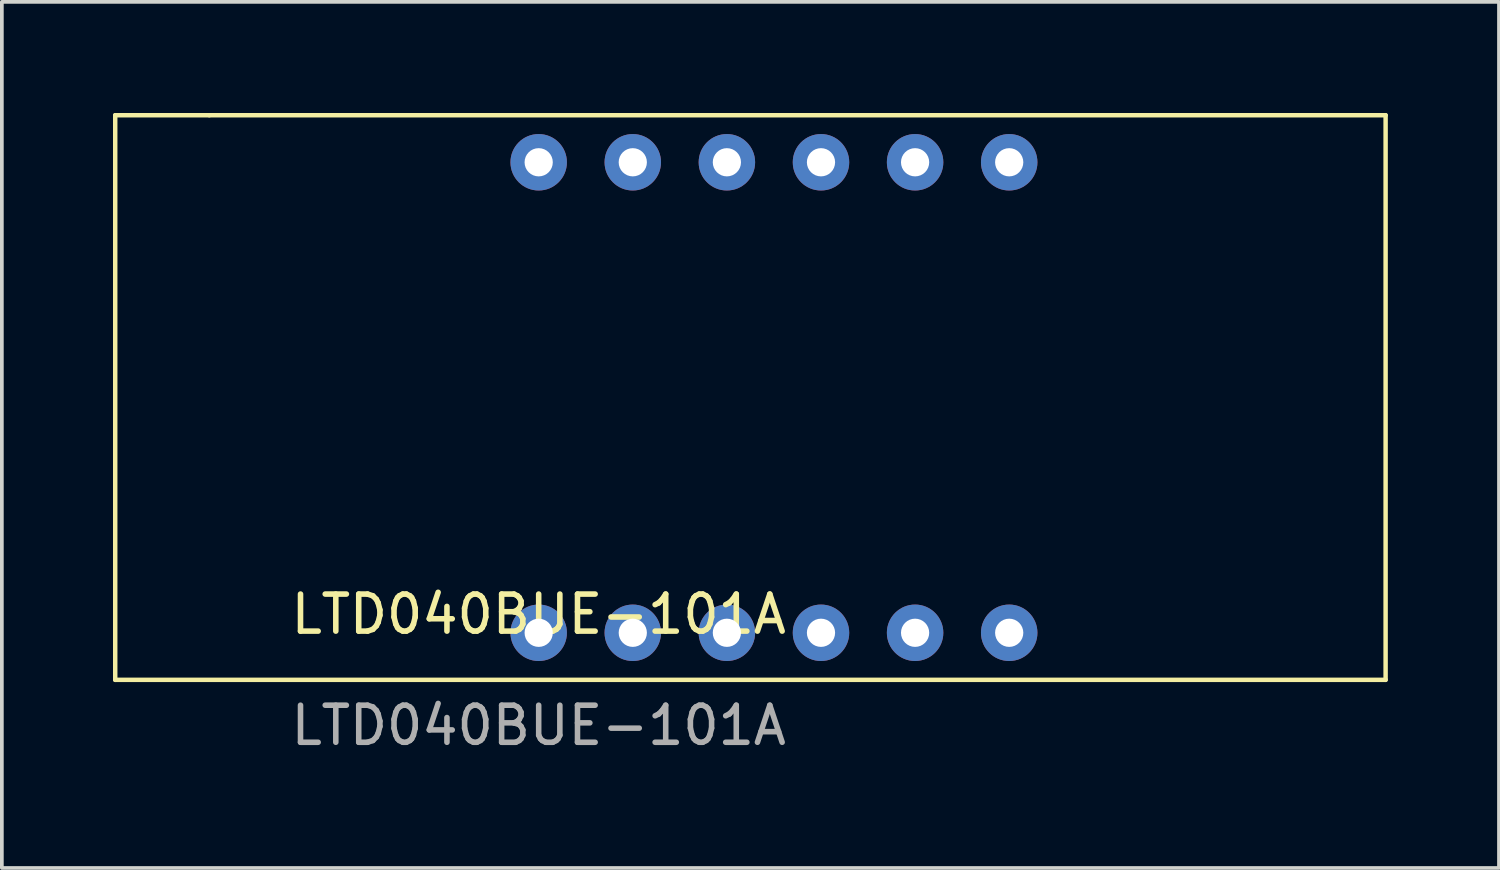
<source format=kicad_pcb>
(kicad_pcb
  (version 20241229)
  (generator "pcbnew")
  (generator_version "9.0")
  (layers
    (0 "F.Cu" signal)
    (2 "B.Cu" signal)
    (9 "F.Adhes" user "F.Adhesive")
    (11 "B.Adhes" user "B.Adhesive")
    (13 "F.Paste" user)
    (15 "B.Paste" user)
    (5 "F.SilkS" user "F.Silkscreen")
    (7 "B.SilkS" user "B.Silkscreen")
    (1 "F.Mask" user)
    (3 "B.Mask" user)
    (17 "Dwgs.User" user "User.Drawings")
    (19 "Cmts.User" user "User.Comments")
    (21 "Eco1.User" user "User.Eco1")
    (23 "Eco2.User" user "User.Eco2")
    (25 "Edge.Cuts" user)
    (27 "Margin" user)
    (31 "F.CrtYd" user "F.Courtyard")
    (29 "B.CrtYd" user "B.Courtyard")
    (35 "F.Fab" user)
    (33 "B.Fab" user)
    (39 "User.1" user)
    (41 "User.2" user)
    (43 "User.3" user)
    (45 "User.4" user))
  (footprint "LTD040BUE-101A"
    (layer "F.Cu")
    (at 11.49 14.03)
    (property "Reference" "LTD040BUE-101A" (at 0 -0.5 0) (unlocked yes) (layer "F.SilkS") (effects (font (size 1 1) (thickness 0.15))))
    (attr through_hole)
    (fp_line (start -11.43 -13.97) (end 22.86 -13.97) (stroke (width 0.12) (type solid)) (layer "B.Mask"))
    (fp_line (start -11.43 1.27) (end -11.43 -13.97) (stroke (width 0.12) (type solid)) (layer "B.Mask"))
    (fp_line (start 22.86 -13.97) (end 22.86 1.27) (stroke (width 0.12) (type solid)) (layer "B.Mask"))
    (fp_line (start 22.86 1.27) (end -11.43 1.27) (stroke (width 0.12) (type solid)) (layer "B.Mask"))
    (fp_line (start -11.43 -13.97) (end -8.89 -13.97) (stroke (width 0.12) (type solid)) (layer "F.SilkS"))
    (fp_line (start -11.43 1.27) (end -11.43 -13.97) (stroke (width 0.12) (type solid)) (layer "F.SilkS"))
    (fp_line (start -8.89 -13.97) (end 22.86 -13.97) (stroke (width 0.12) (type solid)) (layer "F.SilkS"))
    (fp_line (start 22.86 -13.97) (end 22.86 1.27) (stroke (width 0.12) (type solid)) (layer "F.SilkS"))
    (fp_line (start 22.86 1.27) (end -11.43 1.27) (stroke (width 0.12) (type solid)) (layer "F.SilkS"))
    (fp_text user "${REFERENCE}" (at 0 2.5 0) (unlocked yes) (layer "F.Fab") (effects (font (size 1 1) (thickness 0.15))))
    (pad "1" thru_hole circle (at 0 0) (size 1.524 1.524) (drill 0.762) (layers "*.Cu" "*.Mask"))
    (pad "2" thru_hole circle (at 2.54 0) (size 1.524 1.524) (drill 0.762) (layers "*.Cu" "*.Mask"))
    (pad "3" thru_hole circle (at 5.08 0) (size 1.524 1.524) (drill 0.762) (layers "*.Cu" "*.Mask"))
    (pad "4" thru_hole circle (at 7.62 0) (size 1.524 1.524) (drill 0.762) (layers "*.Cu" "*.Mask"))
    (pad "5" thru_hole circle (at 10.16 0) (size 1.524 1.524) (drill 0.762) (layers "*.Cu" "*.Mask"))
    (pad "6" thru_hole circle (at 12.7 0) (size 1.524 1.524) (drill 0.762) (layers "*.Cu" "*.Mask"))
    (pad "7" thru_hole circle (at 12.7 -12.7) (size 1.524 1.524) (drill 0.762) (layers "*.Cu" "*.Mask"))
    (pad "8" thru_hole circle (at 10.16 -12.7) (size 1.524 1.524) (drill 0.762) (layers "*.Cu" "*.Mask"))
    (pad "9" thru_hole circle (at 7.62 -12.7) (size 1.524 1.524) (drill 0.762) (layers "*.Cu" "*.Mask"))
    (pad "10" thru_hole circle (at 5.08 -12.7) (size 1.524 1.524) (drill 0.762) (layers "*.Cu" "*.Mask"))
    (pad "11" thru_hole circle (at 2.54 -12.7) (size 1.524 1.524) (drill 0.762) (layers "*.Cu" "*.Mask"))
    (pad "12" thru_hole circle (at 0 -12.7) (size 1.524 1.524) (drill 0.762) (layers "*.Cu" "*.Mask")))
  (gr_rect
    (start -3 -3)
    (end 37.41 20.378)
    (stroke (width 0.1) (type default))
    (fill no)
    (layer "Edge.Cuts")))
</source>
